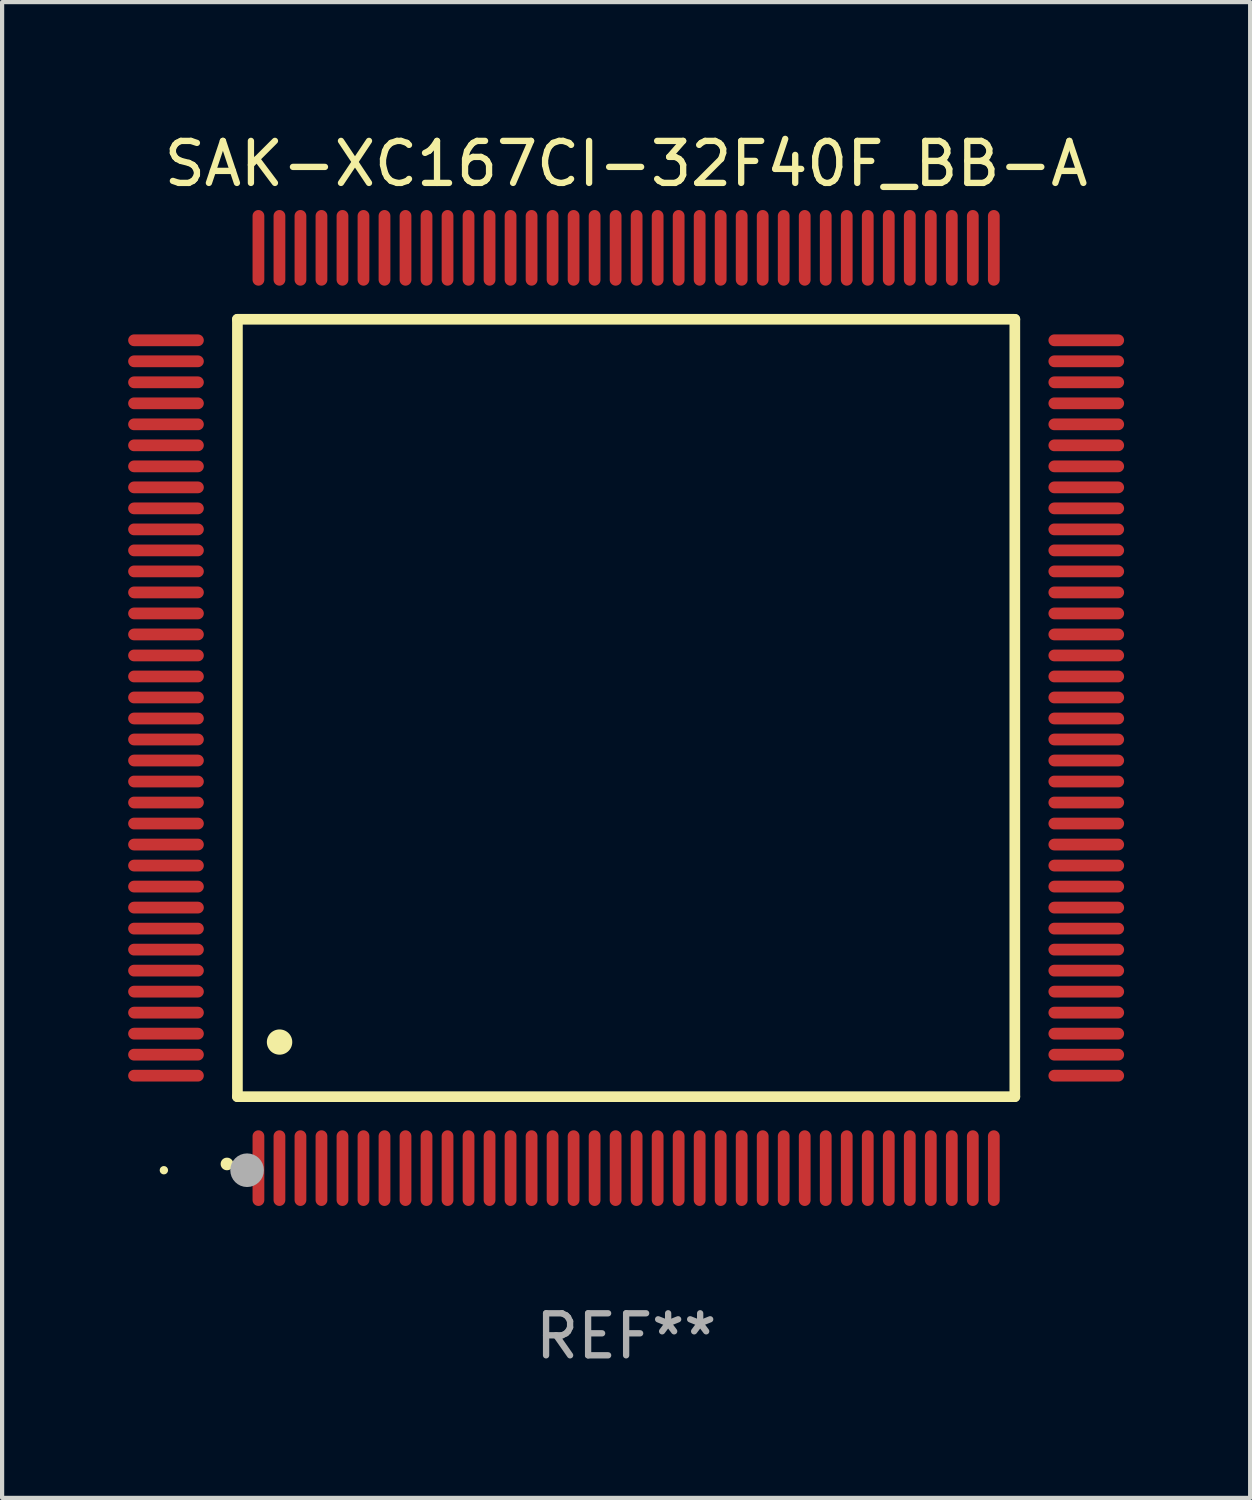
<source format=kicad_pcb>
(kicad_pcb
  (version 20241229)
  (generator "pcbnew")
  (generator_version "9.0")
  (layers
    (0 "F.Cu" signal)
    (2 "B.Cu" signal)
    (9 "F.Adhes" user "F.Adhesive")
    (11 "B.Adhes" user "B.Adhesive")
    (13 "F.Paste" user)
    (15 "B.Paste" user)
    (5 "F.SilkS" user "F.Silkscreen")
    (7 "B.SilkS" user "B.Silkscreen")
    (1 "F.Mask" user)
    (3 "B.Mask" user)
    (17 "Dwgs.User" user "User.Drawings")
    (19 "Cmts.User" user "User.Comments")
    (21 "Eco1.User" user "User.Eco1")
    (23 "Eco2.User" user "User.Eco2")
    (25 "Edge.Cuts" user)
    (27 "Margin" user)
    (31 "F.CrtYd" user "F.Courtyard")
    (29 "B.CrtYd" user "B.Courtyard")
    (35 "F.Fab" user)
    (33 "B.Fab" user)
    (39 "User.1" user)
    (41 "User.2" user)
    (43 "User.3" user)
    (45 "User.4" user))
  (footprint "SAK-XC167CI-32F40F_BB-A"
    (layer "F.Cu")
    (at 11.85 13.798)
    (property "Reference" "SAK-XC167CI-32F40F_BB-A" (at 0 -12.95 0) (layer "F.SilkS") (effects (font (size 1 1) (thickness 0.15))))
    (attr through_hole)
    (fp_line (start -9.25 -9.25) (end -9.25 9.25) (stroke (width 0.254) (type solid)) (layer "F.SilkS"))
    (fp_line (start -9.25 9.25) (end 9.25 9.25) (stroke (width 0.254) (type solid)) (layer "F.SilkS"))
    (fp_line (start 9.25 -9.25) (end -9.25 -9.25) (stroke (width 0.254) (type solid)) (layer "F.SilkS"))
    (fp_line (start 9.25 9.25) (end 9.25 -9.25) (stroke (width 0.254) (type solid)) (layer "F.SilkS"))
    (fp_arc (start -9.499619 10.850902) (mid -9.498349 10.850897) (end -9.497079 10.850902) (stroke (width 0.3) (type solid)) (layer "F.SilkS"))
    (fp_arc (start -8.249936 7.950216) (mid -8.247396 7.950205) (end -8.244856 7.950216) (stroke (width 0.6) (type solid)) (layer "F.SilkS"))
    (fp_circle (center -11 11) (end -10.95 11) (stroke (width 0.1) (type solid)) (fill no) (layer "F.SilkS"))
    (fp_circle (center -9.02 11) (end -8.82 11) (stroke (width 0.4) (type solid)) (fill no) (layer "F.Fab"))
    (fp_text user "REF**" (at 0 14.95 0) (layer "F.Fab") (effects (font (size 1 1) (thickness 0.15))))
    (pad "1" smd oval (at -8.75 10.95) (size 0.28 1.8) (layers "F.Cu" "F.Mask" "F.Paste"))
    (pad "2" smd oval (at -8.25 10.95) (size 0.28 1.8) (layers "F.Cu" "F.Mask" "F.Paste"))
    (pad "3" smd oval (at -7.75 10.95) (size 0.28 1.8) (layers "F.Cu" "F.Mask" "F.Paste"))
    (pad "4" smd oval (at -7.25 10.95) (size 0.28 1.8) (layers "F.Cu" "F.Mask" "F.Paste"))
    (pad "5" smd oval (at -6.75 10.95) (size 0.28 1.8) (layers "F.Cu" "F.Mask" "F.Paste"))
    (pad "6" smd oval (at -6.25 10.95) (size 0.28 1.8) (layers "F.Cu" "F.Mask" "F.Paste"))
    (pad "7" smd oval (at -5.75 10.95) (size 0.28 1.8) (layers "F.Cu" "F.Mask" "F.Paste"))
    (pad "8" smd oval (at -5.25 10.95) (size 0.28 1.8) (layers "F.Cu" "F.Mask" "F.Paste"))
    (pad "9" smd oval (at -4.75 10.95) (size 0.28 1.8) (layers "F.Cu" "F.Mask" "F.Paste"))
    (pad "10" smd oval (at -4.25 10.95) (size 0.28 1.8) (layers "F.Cu" "F.Mask" "F.Paste"))
    (pad "11" smd oval (at -3.75 10.95) (size 0.28 1.8) (layers "F.Cu" "F.Mask" "F.Paste"))
    (pad "12" smd oval (at -3.25 10.95) (size 0.28 1.8) (layers "F.Cu" "F.Mask" "F.Paste"))
    (pad "13" smd oval (at -2.75 10.95) (size 0.28 1.8) (layers "F.Cu" "F.Mask" "F.Paste"))
    (pad "14" smd oval (at -2.25 10.95) (size 0.28 1.8) (layers "F.Cu" "F.Mask" "F.Paste"))
    (pad "15" smd oval (at -1.75 10.95) (size 0.28 1.8) (layers "F.Cu" "F.Mask" "F.Paste"))
    (pad "16" smd oval (at -1.25 10.95) (size 0.28 1.8) (layers "F.Cu" "F.Mask" "F.Paste"))
    (pad "17" smd oval (at -0.75 10.95) (size 0.28 1.8) (layers "F.Cu" "F.Mask" "F.Paste"))
    (pad "18" smd oval (at -0.25 10.95) (size 0.28 1.8) (layers "F.Cu" "F.Mask" "F.Paste"))
    (pad "19" smd oval (at 0.25 10.95) (size 0.28 1.8) (layers "F.Cu" "F.Mask" "F.Paste"))
    (pad "20" smd oval (at 0.75 10.95) (size 0.28 1.8) (layers "F.Cu" "F.Mask" "F.Paste"))
    (pad "21" smd oval (at 1.25 10.95) (size 0.28 1.8) (layers "F.Cu" "F.Mask" "F.Paste"))
    (pad "22" smd oval (at 1.75 10.95) (size 0.28 1.8) (layers "F.Cu" "F.Mask" "F.Paste"))
    (pad "23" smd oval (at 2.25 10.95) (size 0.28 1.8) (layers "F.Cu" "F.Mask" "F.Paste"))
    (pad "24" smd oval (at 2.75 10.95) (size 0.28 1.8) (layers "F.Cu" "F.Mask" "F.Paste"))
    (pad "25" smd oval (at 3.25 10.95) (size 0.28 1.8) (layers "F.Cu" "F.Mask" "F.Paste"))
    (pad "26" smd oval (at 3.75 10.95) (size 0.28 1.8) (layers "F.Cu" "F.Mask" "F.Paste"))
    (pad "27" smd oval (at 4.25 10.95) (size 0.28 1.8) (layers "F.Cu" "F.Mask" "F.Paste"))
    (pad "28" smd oval (at 4.75 10.95) (size 0.28 1.8) (layers "F.Cu" "F.Mask" "F.Paste"))
    (pad "29" smd oval (at 5.25 10.95) (size 0.28 1.8) (layers "F.Cu" "F.Mask" "F.Paste"))
    (pad "30" smd oval (at 5.75 10.95) (size 0.28 1.8) (layers "F.Cu" "F.Mask" "F.Paste"))
    (pad "31" smd oval (at 6.25 10.95) (size 0.28 1.8) (layers "F.Cu" "F.Mask" "F.Paste"))
    (pad "32" smd oval (at 6.75 10.95) (size 0.28 1.8) (layers "F.Cu" "F.Mask" "F.Paste"))
    (pad "33" smd oval (at 7.25 10.95) (size 0.28 1.8) (layers "F.Cu" "F.Mask" "F.Paste"))
    (pad "34" smd oval (at 7.75 10.95) (size 0.28 1.8) (layers "F.Cu" "F.Mask" "F.Paste"))
    (pad "35" smd oval (at 8.25 10.95) (size 0.28 1.8) (layers "F.Cu" "F.Mask" "F.Paste"))
    (pad "36" smd oval (at 8.75 10.95) (size 0.28 1.8) (layers "F.Cu" "F.Mask" "F.Paste"))
    (pad "37" smd oval (at 10.95 8.75) (size 1.8 0.28) (layers "F.Cu" "F.Mask" "F.Paste"))
    (pad "38" smd oval (at 10.95 8.25) (size 1.8 0.28) (layers "F.Cu" "F.Mask" "F.Paste"))
    (pad "39" smd oval (at 10.95 7.75) (size 1.8 0.28) (layers "F.Cu" "F.Mask" "F.Paste"))
    (pad "40" smd oval (at 10.95 7.25) (size 1.8 0.28) (layers "F.Cu" "F.Mask" "F.Paste"))
    (pad "41" smd oval (at 10.95 6.75) (size 1.8 0.28) (layers "F.Cu" "F.Mask" "F.Paste"))
    (pad "42" smd oval (at 10.95 6.25) (size 1.8 0.28) (layers "F.Cu" "F.Mask" "F.Paste"))
    (pad "43" smd oval (at 10.95 5.75) (size 1.8 0.28) (layers "F.Cu" "F.Mask" "F.Paste"))
    (pad "44" smd oval (at 10.95 5.25) (size 1.8 0.28) (layers "F.Cu" "F.Mask" "F.Paste"))
    (pad "45" smd oval (at 10.95 4.75) (size 1.8 0.28) (layers "F.Cu" "F.Mask" "F.Paste"))
    (pad "46" smd oval (at 10.95 4.25) (size 1.8 0.28) (layers "F.Cu" "F.Mask" "F.Paste"))
    (pad "47" smd oval (at 10.95 3.75) (size 1.8 0.28) (layers "F.Cu" "F.Mask" "F.Paste"))
    (pad "48" smd oval (at 10.95 3.25) (size 1.8 0.28) (layers "F.Cu" "F.Mask" "F.Paste"))
    (pad "49" smd oval (at 10.95 2.75) (size 1.8 0.28) (layers "F.Cu" "F.Mask" "F.Paste"))
    (pad "50" smd oval (at 10.95 2.25) (size 1.8 0.28) (layers "F.Cu" "F.Mask" "F.Paste"))
    (pad "51" smd oval (at 10.95 1.75) (size 1.8 0.28) (layers "F.Cu" "F.Mask" "F.Paste"))
    (pad "52" smd oval (at 10.95 1.25) (size 1.8 0.28) (layers "F.Cu" "F.Mask" "F.Paste"))
    (pad "53" smd oval (at 10.95 0.75) (size 1.8 0.28) (layers "F.Cu" "F.Mask" "F.Paste"))
    (pad "54" smd oval (at 10.95 0.25) (size 1.8 0.28) (layers "F.Cu" "F.Mask" "F.Paste"))
    (pad "55" smd oval (at 10.95 -0.25) (size 1.8 0.28) (layers "F.Cu" "F.Mask" "F.Paste"))
    (pad "56" smd oval (at 10.95 -0.75) (size 1.8 0.28) (layers "F.Cu" "F.Mask" "F.Paste"))
    (pad "57" smd oval (at 10.95 -1.25) (size 1.8 0.28) (layers "F.Cu" "F.Mask" "F.Paste"))
    (pad "58" smd oval (at 10.95 -1.75) (size 1.8 0.28) (layers "F.Cu" "F.Mask" "F.Paste"))
    (pad "59" smd oval (at 10.95 -2.25) (size 1.8 0.28) (layers "F.Cu" "F.Mask" "F.Paste"))
    (pad "60" smd oval (at 10.95 -2.75) (size 1.8 0.28) (layers "F.Cu" "F.Mask" "F.Paste"))
    (pad "61" smd oval (at 10.95 -3.25) (size 1.8 0.28) (layers "F.Cu" "F.Mask" "F.Paste"))
    (pad "62" smd oval (at 10.95 -3.75) (size 1.8 0.28) (layers "F.Cu" "F.Mask" "F.Paste"))
    (pad "63" smd oval (at 10.95 -4.25) (size 1.8 0.28) (layers "F.Cu" "F.Mask" "F.Paste"))
    (pad "64" smd oval (at 10.95 -4.75) (size 1.8 0.28) (layers "F.Cu" "F.Mask" "F.Paste"))
    (pad "65" smd oval (at 10.95 -5.25) (size 1.8 0.28) (layers "F.Cu" "F.Mask" "F.Paste"))
    (pad "66" smd oval (at 10.95 -5.75) (size 1.8 0.28) (layers "F.Cu" "F.Mask" "F.Paste"))
    (pad "67" smd oval (at 10.95 -6.25) (size 1.8 0.28) (layers "F.Cu" "F.Mask" "F.Paste"))
    (pad "68" smd oval (at 10.95 -6.75) (size 1.8 0.28) (layers "F.Cu" "F.Mask" "F.Paste"))
    (pad "69" smd oval (at 10.95 -7.25) (size 1.8 0.28) (layers "F.Cu" "F.Mask" "F.Paste"))
    (pad "70" smd oval (at 10.95 -7.75) (size 1.8 0.28) (layers "F.Cu" "F.Mask" "F.Paste"))
    (pad "71" smd oval (at 10.95 -8.25) (size 1.8 0.28) (layers "F.Cu" "F.Mask" "F.Paste"))
    (pad "72" smd oval (at 10.95 -8.75) (size 1.8 0.28) (layers "F.Cu" "F.Mask" "F.Paste"))
    (pad "73" smd oval (at 8.75 -10.95) (size 0.28 1.8) (layers "F.Cu" "F.Mask" "F.Paste"))
    (pad "74" smd oval (at 8.25 -10.95) (size 0.28 1.8) (layers "F.Cu" "F.Mask" "F.Paste"))
    (pad "75" smd oval (at 7.75 -10.95) (size 0.28 1.8) (layers "F.Cu" "F.Mask" "F.Paste"))
    (pad "76" smd oval (at 7.25 -10.95) (size 0.28 1.8) (layers "F.Cu" "F.Mask" "F.Paste"))
    (pad "77" smd oval (at 6.75 -10.95) (size 0.28 1.8) (layers "F.Cu" "F.Mask" "F.Paste"))
    (pad "78" smd oval (at 6.25 -10.95) (size 0.28 1.8) (layers "F.Cu" "F.Mask" "F.Paste"))
    (pad "79" smd oval (at 5.75 -10.95) (size 0.28 1.8) (layers "F.Cu" "F.Mask" "F.Paste"))
    (pad "80" smd oval (at 5.25 -10.95) (size 0.28 1.8) (layers "F.Cu" "F.Mask" "F.Paste"))
    (pad "81" smd oval (at 4.75 -10.95) (size 0.28 1.8) (layers "F.Cu" "F.Mask" "F.Paste"))
    (pad "82" smd oval (at 4.25 -10.95) (size 0.28 1.8) (layers "F.Cu" "F.Mask" "F.Paste"))
    (pad "83" smd oval (at 3.75 -10.95) (size 0.28 1.8) (layers "F.Cu" "F.Mask" "F.Paste"))
    (pad "84" smd oval (at 3.25 -10.95) (size 0.28 1.8) (layers "F.Cu" "F.Mask" "F.Paste"))
    (pad "85" smd oval (at 2.75 -10.95) (size 0.28 1.8) (layers "F.Cu" "F.Mask" "F.Paste"))
    (pad "86" smd oval (at 2.25 -10.95) (size 0.28 1.8) (layers "F.Cu" "F.Mask" "F.Paste"))
    (pad "87" smd oval (at 1.75 -10.95) (size 0.28 1.8) (layers "F.Cu" "F.Mask" "F.Paste"))
    (pad "88" smd oval (at 1.25 -10.95) (size 0.28 1.8) (layers "F.Cu" "F.Mask" "F.Paste"))
    (pad "89" smd oval (at 0.75 -10.95) (size 0.28 1.8) (layers "F.Cu" "F.Mask" "F.Paste"))
    (pad "90" smd oval (at 0.25 -10.95) (size 0.28 1.8) (layers "F.Cu" "F.Mask" "F.Paste"))
    (pad "91" smd oval (at -0.25 -10.95) (size 0.28 1.8) (layers "F.Cu" "F.Mask" "F.Paste"))
    (pad "92" smd oval (at -0.75 -10.95) (size 0.28 1.8) (layers "F.Cu" "F.Mask" "F.Paste"))
    (pad "93" smd oval (at -1.25 -10.95) (size 0.28 1.8) (layers "F.Cu" "F.Mask" "F.Paste"))
    (pad "94" smd oval (at -1.75 -10.95) (size 0.28 1.8) (layers "F.Cu" "F.Mask" "F.Paste"))
    (pad "95" smd oval (at -2.25 -10.95) (size 0.28 1.8) (layers "F.Cu" "F.Mask" "F.Paste"))
    (pad "96" smd oval (at -2.75 -10.95) (size 0.28 1.8) (layers "F.Cu" "F.Mask" "F.Paste"))
    (pad "97" smd oval (at -3.25 -10.95) (size 0.28 1.8) (layers "F.Cu" "F.Mask" "F.Paste"))
    (pad "98" smd oval (at -3.75 -10.95) (size 0.28 1.8) (layers "F.Cu" "F.Mask" "F.Paste"))
    (pad "99" smd oval (at -4.25 -10.95) (size 0.28 1.8) (layers "F.Cu" "F.Mask" "F.Paste"))
    (pad "100" smd oval (at -4.75 -10.95) (size 0.28 1.8) (layers "F.Cu" "F.Mask" "F.Paste"))
    (pad "101" smd oval (at -5.25 -10.95) (size 0.28 1.8) (layers "F.Cu" "F.Mask" "F.Paste"))
    (pad "102" smd oval (at -5.75 -10.95) (size 0.28 1.8) (layers "F.Cu" "F.Mask" "F.Paste"))
    (pad "103" smd oval (at -6.25 -10.95) (size 0.28 1.8) (layers "F.Cu" "F.Mask" "F.Paste"))
    (pad "104" smd oval (at -6.75 -10.95) (size 0.28 1.8) (layers "F.Cu" "F.Mask" "F.Paste"))
    (pad "105" smd oval (at -7.25 -10.95) (size 0.28 1.8) (layers "F.Cu" "F.Mask" "F.Paste"))
    (pad "106" smd oval (at -7.75 -10.95) (size 0.28 1.8) (layers "F.Cu" "F.Mask" "F.Paste"))
    (pad "107" smd oval (at -8.25 -10.95) (size 0.28 1.8) (layers "F.Cu" "F.Mask" "F.Paste"))
    (pad "108" smd oval (at -8.75 -10.95) (size 0.28 1.8) (layers "F.Cu" "F.Mask" "F.Paste"))
    (pad "109" smd oval (at -10.95 -8.75) (size 1.8 0.28) (layers "F.Cu" "F.Mask" "F.Paste"))
    (pad "110" smd oval (at -10.95 -8.25) (size 1.8 0.28) (layers "F.Cu" "F.Mask" "F.Paste"))
    (pad "111" smd oval (at -10.95 -7.75) (size 1.8 0.28) (layers "F.Cu" "F.Mask" "F.Paste"))
    (pad "112" smd oval (at -10.95 -7.25) (size 1.8 0.28) (layers "F.Cu" "F.Mask" "F.Paste"))
    (pad "113" smd oval (at -10.95 -6.75) (size 1.8 0.28) (layers "F.Cu" "F.Mask" "F.Paste"))
    (pad "114" smd oval (at -10.95 -6.25) (size 1.8 0.28) (layers "F.Cu" "F.Mask" "F.Paste"))
    (pad "115" smd oval (at -10.95 -5.75) (size 1.8 0.28) (layers "F.Cu" "F.Mask" "F.Paste"))
    (pad "116" smd oval (at -10.95 -5.25) (size 1.8 0.28) (layers "F.Cu" "F.Mask" "F.Paste"))
    (pad "117" smd oval (at -10.95 -4.75) (size 1.8 0.28) (layers "F.Cu" "F.Mask" "F.Paste"))
    (pad "118" smd oval (at -10.95 -4.25) (size 1.8 0.28) (layers "F.Cu" "F.Mask" "F.Paste"))
    (pad "119" smd oval (at -10.95 -3.75) (size 1.8 0.28) (layers "F.Cu" "F.Mask" "F.Paste"))
    (pad "120" smd oval (at -10.95 -3.25) (size 1.8 0.28) (layers "F.Cu" "F.Mask" "F.Paste"))
    (pad "121" smd oval (at -10.95 -2.75) (size 1.8 0.28) (layers "F.Cu" "F.Mask" "F.Paste"))
    (pad "122" smd oval (at -10.95 -2.25) (size 1.8 0.28) (layers "F.Cu" "F.Mask" "F.Paste"))
    (pad "123" smd oval (at -10.95 -1.75) (size 1.8 0.28) (layers "F.Cu" "F.Mask" "F.Paste"))
    (pad "124" smd oval (at -10.95 -1.25) (size 1.8 0.28) (layers "F.Cu" "F.Mask" "F.Paste"))
    (pad "125" smd oval (at -10.95 -0.75) (size 1.8 0.28) (layers "F.Cu" "F.Mask" "F.Paste"))
    (pad "126" smd oval (at -10.95 -0.25) (size 1.8 0.28) (layers "F.Cu" "F.Mask" "F.Paste"))
    (pad "127" smd oval (at -10.95 0.25) (size 1.8 0.28) (layers "F.Cu" "F.Mask" "F.Paste"))
    (pad "128" smd oval (at -10.95 0.75) (size 1.8 0.28) (layers "F.Cu" "F.Mask" "F.Paste"))
    (pad "129" smd oval (at -10.95 1.25) (size 1.8 0.28) (layers "F.Cu" "F.Mask" "F.Paste"))
    (pad "130" smd oval (at -10.95 1.75) (size 1.8 0.28) (layers "F.Cu" "F.Mask" "F.Paste"))
    (pad "131" smd oval (at -10.95 2.25) (size 1.8 0.28) (layers "F.Cu" "F.Mask" "F.Paste"))
    (pad "132" smd oval (at -10.95 2.75) (size 1.8 0.28) (layers "F.Cu" "F.Mask" "F.Paste"))
    (pad "133" smd oval (at -10.95 3.25) (size 1.8 0.28) (layers "F.Cu" "F.Mask" "F.Paste"))
    (pad "134" smd oval (at -10.95 3.75) (size 1.8 0.28) (layers "F.Cu" "F.Mask" "F.Paste"))
    (pad "135" smd oval (at -10.95 4.25) (size 1.8 0.28) (layers "F.Cu" "F.Mask" "F.Paste"))
    (pad "136" smd oval (at -10.95 4.75) (size 1.8 0.28) (layers "F.Cu" "F.Mask" "F.Paste"))
    (pad "137" smd oval (at -10.95 5.25) (size 1.8 0.28) (layers "F.Cu" "F.Mask" "F.Paste"))
    (pad "138" smd oval (at -10.95 5.75) (size 1.8 0.28) (layers "F.Cu" "F.Mask" "F.Paste"))
    (pad "139" smd oval (at -10.95 6.25) (size 1.8 0.28) (layers "F.Cu" "F.Mask" "F.Paste"))
    (pad "140" smd oval (at -10.95 6.75) (size 1.8 0.28) (layers "F.Cu" "F.Mask" "F.Paste"))
    (pad "141" smd oval (at -10.95 7.25) (size 1.8 0.28) (layers "F.Cu" "F.Mask" "F.Paste"))
    (pad "142" smd oval (at -10.95 7.75) (size 1.8 0.28) (layers "F.Cu" "F.Mask" "F.Paste"))
    (pad "143" smd oval (at -10.95 8.25) (size 1.8 0.28) (layers "F.Cu" "F.Mask" "F.Paste"))
    (pad "144" smd oval (at -10.95 8.75) (size 1.8 0.28) (layers "F.Cu" "F.Mask" "F.Paste")))
  (gr_rect
    (start -3 -3)
    (end 26.7 32.596)
    (stroke (width 0.1) (type default))
    (fill no)
    (layer "Edge.Cuts")))
</source>
